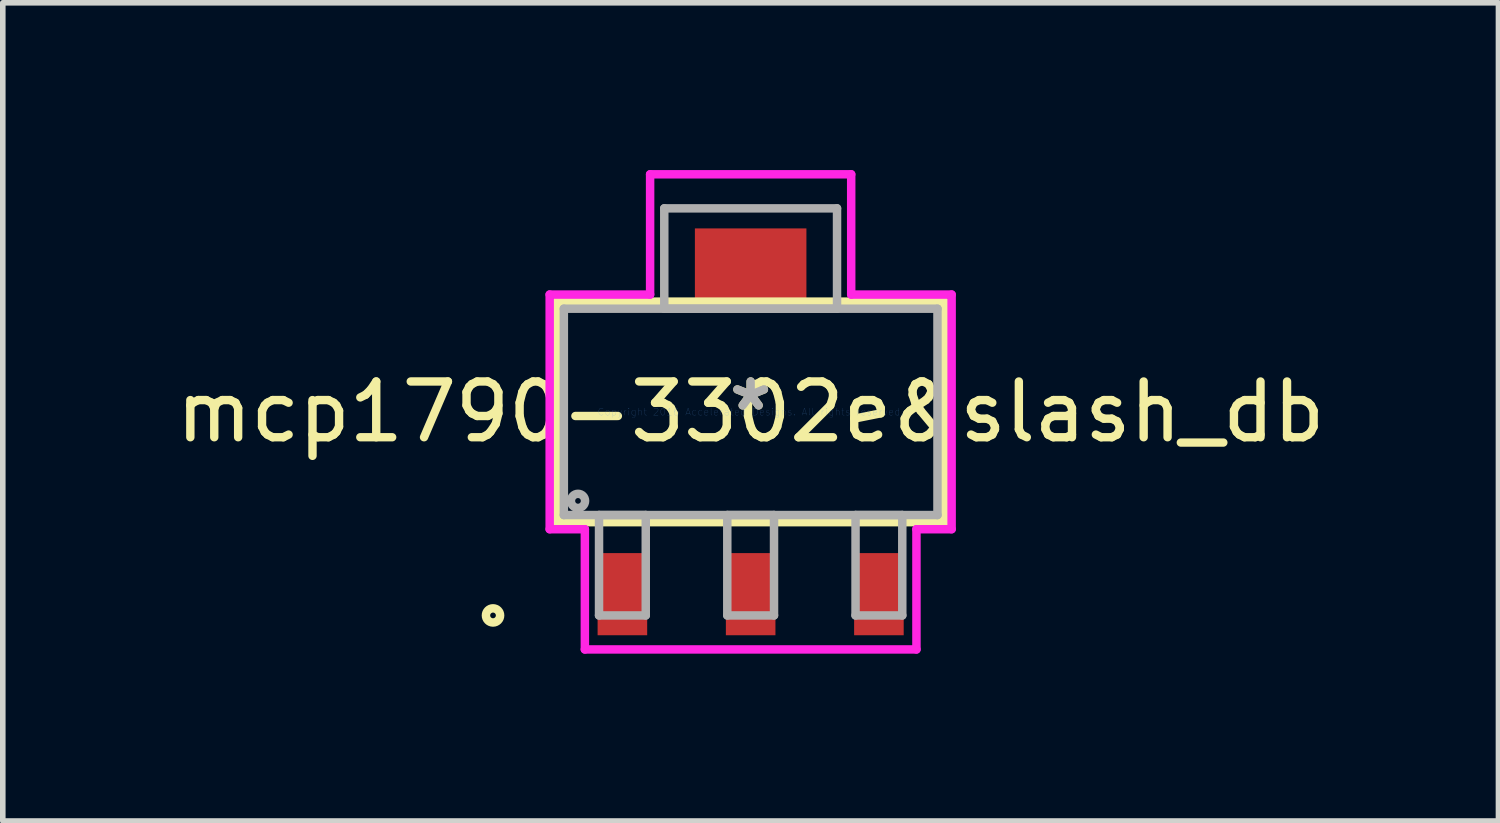
<source format=kicad_pcb>
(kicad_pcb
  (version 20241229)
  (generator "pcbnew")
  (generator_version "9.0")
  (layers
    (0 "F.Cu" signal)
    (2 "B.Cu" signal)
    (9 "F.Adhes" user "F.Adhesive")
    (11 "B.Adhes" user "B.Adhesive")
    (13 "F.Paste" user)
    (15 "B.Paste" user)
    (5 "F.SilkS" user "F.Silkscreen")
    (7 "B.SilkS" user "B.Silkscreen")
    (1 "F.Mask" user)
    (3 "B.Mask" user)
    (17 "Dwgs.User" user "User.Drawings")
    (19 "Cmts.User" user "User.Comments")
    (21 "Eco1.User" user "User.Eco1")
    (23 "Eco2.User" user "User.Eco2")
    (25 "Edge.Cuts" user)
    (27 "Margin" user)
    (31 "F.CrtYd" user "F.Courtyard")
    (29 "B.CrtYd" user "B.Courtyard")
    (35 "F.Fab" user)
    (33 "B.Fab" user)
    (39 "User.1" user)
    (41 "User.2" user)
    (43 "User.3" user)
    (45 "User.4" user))
  (footprint "mcp1790-3302e&slash_db"
    (layer "F.Cu")
    (at 10.411 4.336)
    (property "Reference" "mcp1790-3302e&slash_db" (at 0 0 0) (layer "F.SilkS") (effects (font (size 1 1) (thickness 0.15))))
    (attr through_hole)
    (fp_line (start -3.477 -1.977) (end -3.477 1.977) (stroke (width 0.152) (type solid)) (layer "F.SilkS"))
    (fp_line (start -3.477 1.977) (end 3.477 1.977) (stroke (width 0.152) (type solid)) (layer "F.SilkS"))
    (fp_line (start 3.477 -1.977) (end -3.477 -1.977) (stroke (width 0.152) (type solid)) (layer "F.SilkS"))
    (fp_line (start 3.477 1.977) (end 3.477 -1.977) (stroke (width 0.152) (type solid)) (layer "F.SilkS"))
    (fp_circle (center -4.62 3.65) (end -4.493 3.65) (stroke (width 0.152) (type solid)) (fill no) (layer "F.SilkS"))
    (fp_line (start -3.604 -2.104) (end -1.803 -2.104) (stroke (width 0.152) (type solid)) (layer "F.CrtYd"))
    (fp_line (start -3.604 2.104) (end -3.604 -2.104) (stroke (width 0.152) (type solid)) (layer "F.CrtYd"))
    (fp_line (start -2.973 2.104) (end -3.604 2.104) (stroke (width 0.152) (type solid)) (layer "F.CrtYd"))
    (fp_line (start -2.973 4.26) (end -2.973 2.104) (stroke (width 0.152) (type solid)) (layer "F.CrtYd"))
    (fp_line (start -1.803 -4.26) (end 1.803 -4.26) (stroke (width 0.152) (type solid)) (layer "F.CrtYd"))
    (fp_line (start -1.803 -2.104) (end -1.803 -4.26) (stroke (width 0.152) (type solid)) (layer "F.CrtYd"))
    (fp_line (start 1.803 -4.26) (end 1.803 -2.104) (stroke (width 0.152) (type solid)) (layer "F.CrtYd"))
    (fp_line (start 1.803 -2.104) (end 3.604 -2.104) (stroke (width 0.152) (type solid)) (layer "F.CrtYd"))
    (fp_line (start 2.973 2.104) (end 2.973 4.26) (stroke (width 0.152) (type solid)) (layer "F.CrtYd"))
    (fp_line (start 2.973 4.26) (end -2.973 4.26) (stroke (width 0.152) (type solid)) (layer "F.CrtYd"))
    (fp_line (start 3.604 -2.104) (end 3.604 2.104) (stroke (width 0.152) (type solid)) (layer "F.CrtYd"))
    (fp_line (start 3.604 2.104) (end 2.973 2.104) (stroke (width 0.152) (type solid)) (layer "F.CrtYd"))
    (fp_line (start -3.35 -1.85) (end -3.35 1.85) (stroke (width 0.152) (type solid)) (layer "F.Fab"))
    (fp_line (start -3.35 1.85) (end 3.35 1.85) (stroke (width 0.152) (type solid)) (layer "F.Fab"))
    (fp_line (start -2.719 1.85) (end -2.719 3.65) (stroke (width 0.152) (type solid)) (layer "F.Fab"))
    (fp_line (start -2.719 3.65) (end -1.881 3.65) (stroke (width 0.152) (type solid)) (layer "F.Fab"))
    (fp_line (start -1.881 1.85) (end -2.719 1.85) (stroke (width 0.152) (type solid)) (layer "F.Fab"))
    (fp_line (start -1.881 3.65) (end -1.881 1.85) (stroke (width 0.152) (type solid)) (layer "F.Fab"))
    (fp_line (start -1.549 -3.65) (end -1.549 -1.85) (stroke (width 0.152) (type solid)) (layer "F.Fab"))
    (fp_line (start -1.549 -1.85) (end 1.549 -1.85) (stroke (width 0.152) (type solid)) (layer "F.Fab"))
    (fp_line (start -0.419 1.85) (end -0.419 3.65) (stroke (width 0.152) (type solid)) (layer "F.Fab"))
    (fp_line (start -0.419 3.65) (end 0.419 3.65) (stroke (width 0.152) (type solid)) (layer "F.Fab"))
    (fp_line (start 0.419 1.85) (end -0.419 1.85) (stroke (width 0.152) (type solid)) (layer "F.Fab"))
    (fp_line (start 0.419 3.65) (end 0.419 1.85) (stroke (width 0.152) (type solid)) (layer "F.Fab"))
    (fp_line (start 1.549 -3.65) (end -1.549 -3.65) (stroke (width 0.152) (type solid)) (layer "F.Fab"))
    (fp_line (start 1.549 -1.85) (end 1.549 -3.65) (stroke (width 0.152) (type solid)) (layer "F.Fab"))
    (fp_line (start 1.881 1.85) (end 1.881 3.65) (stroke (width 0.152) (type solid)) (layer "F.Fab"))
    (fp_line (start 1.881 3.65) (end 2.719 3.65) (stroke (width 0.152) (type solid)) (layer "F.Fab"))
    (fp_line (start 2.719 1.85) (end 1.881 1.85) (stroke (width 0.152) (type solid)) (layer "F.Fab"))
    (fp_line (start 2.719 3.65) (end 2.719 1.85) (stroke (width 0.152) (type solid)) (layer "F.Fab"))
    (fp_line (start 3.35 -1.85) (end -3.35 -1.85) (stroke (width 0.152) (type solid)) (layer "F.Fab"))
    (fp_line (start 3.35 1.85) (end 3.35 -1.85) (stroke (width 0.152) (type solid)) (layer "F.Fab"))
    (fp_circle (center -3.096 1.596) (end -2.969 1.596) (stroke (width 0.152) (type solid)) (fill no) (layer "F.Fab"))
    (fp_text user "*" (at 0 0 0) (layer "F.SilkS") (effects (font (size 1 1) (thickness 0.15))))
    (fp_text user "Copyright 2016 Accelerated Designs. All rights reserved." (at 0 0 0) (layer "Cmts.User") (effects (font (size 0.127 0.127) (thickness 0.002))))
    (fp_text user "*" (at 0 0 0) (layer "F.Fab") (effects (font (size 1 1) (thickness 0.15))))
    (pad "1" smd rect (at -2.3 3.269) (size 0.889 1.473) (layers "F.Cu" "F.Mask" "F.Paste"))
    (pad "2" smd rect (at 0 3.269) (size 0.889 1.473) (layers "F.Cu" "F.Mask" "F.Paste"))
    (pad "3" smd rect (at 2.3 3.269) (size 0.889 1.473) (layers "F.Cu" "F.Mask" "F.Paste"))
    (pad "4" smd rect (at 0 -2.54 90) (size 1.5 2) (layers "F.Cu" "F.Mask" "F.Paste")))
  (gr_rect
    (start -3 -3)
    (end 23.821 11.672)
    (stroke (width 0.1) (type default))
    (fill no)
    (layer "Edge.Cuts")))
</source>
